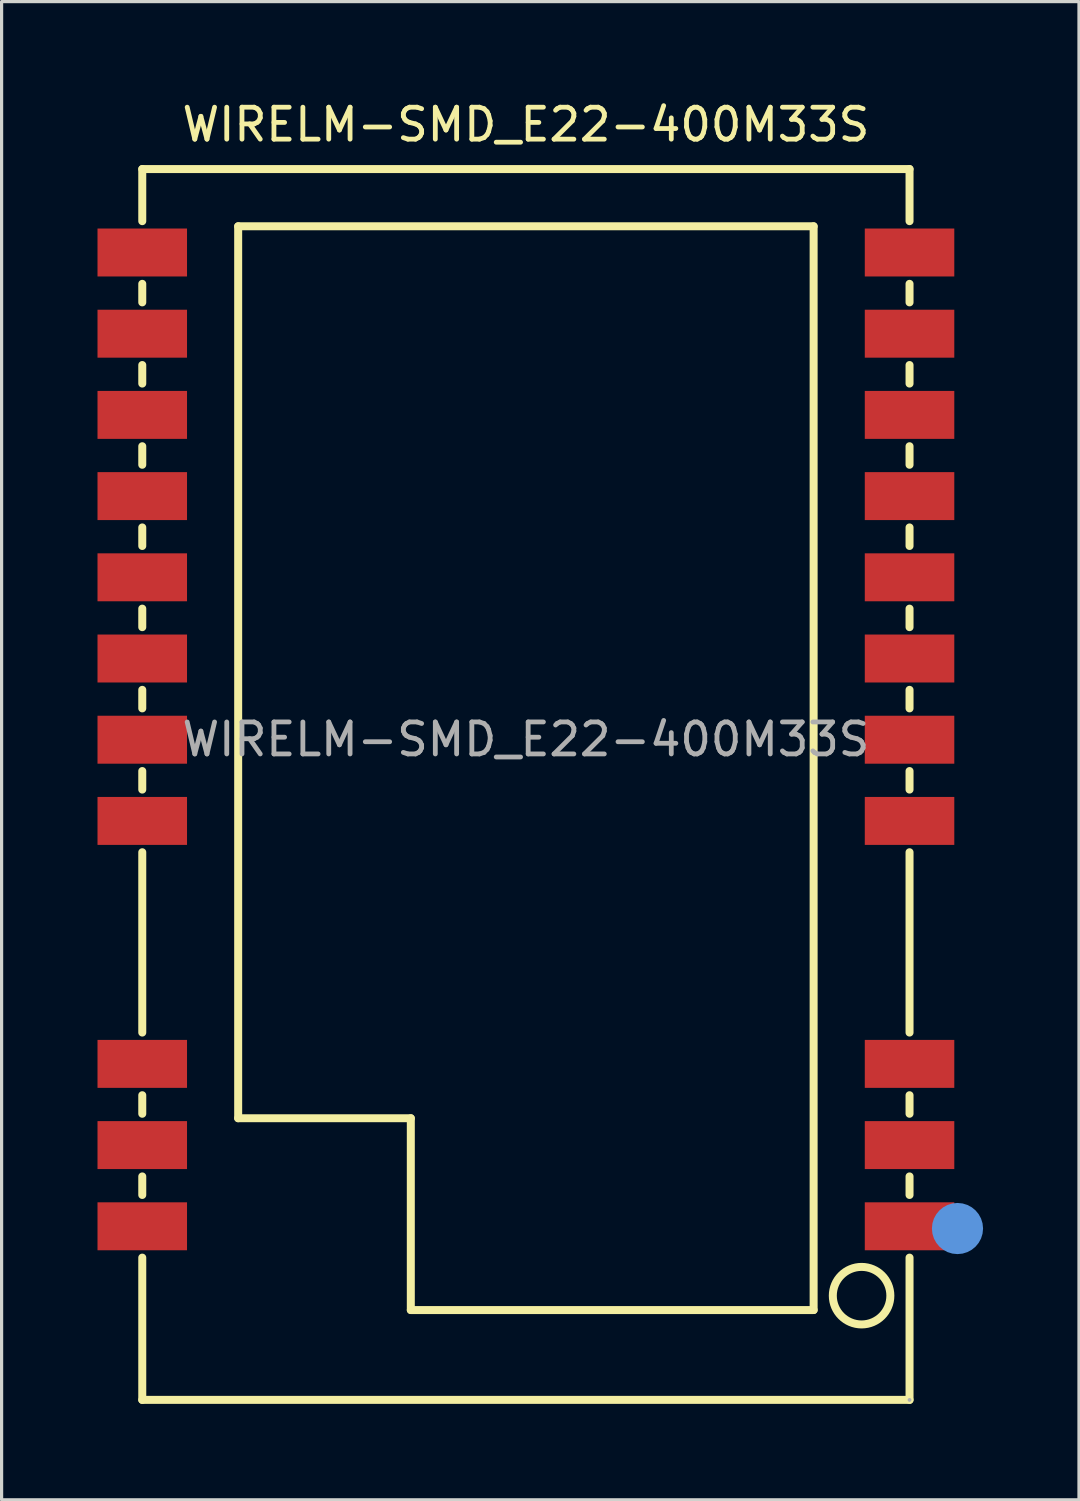
<source format=kicad_pcb>
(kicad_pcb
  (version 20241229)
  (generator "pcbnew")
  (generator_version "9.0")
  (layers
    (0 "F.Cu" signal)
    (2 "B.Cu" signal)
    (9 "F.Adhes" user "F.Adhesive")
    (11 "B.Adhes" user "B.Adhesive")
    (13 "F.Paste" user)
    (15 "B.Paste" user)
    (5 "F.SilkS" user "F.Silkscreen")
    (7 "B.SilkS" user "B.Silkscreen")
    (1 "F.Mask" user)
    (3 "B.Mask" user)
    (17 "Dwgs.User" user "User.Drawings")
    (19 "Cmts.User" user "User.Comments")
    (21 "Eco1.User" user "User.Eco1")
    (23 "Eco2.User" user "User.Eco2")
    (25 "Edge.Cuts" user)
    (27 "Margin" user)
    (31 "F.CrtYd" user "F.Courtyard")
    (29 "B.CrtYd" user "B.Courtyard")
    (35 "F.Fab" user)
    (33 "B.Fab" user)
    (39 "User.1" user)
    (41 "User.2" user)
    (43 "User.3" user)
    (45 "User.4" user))
  (footprint "WIRELM-SMD_E22-400M33S"
    (layer "F.Cu")
    (at 13.4 20.078)
    (property "Reference" "WIRELM-SMD_E22-400M33S" (at 0 -19.23 0) (layer "F.SilkS") (effects (font (size 1 1) (thickness 0.15))))
    (attr through_hole)
    (fp_line (start -12 -17.84) (end -12 -16.21) (stroke (width 0.25) (type solid)) (layer "F.SilkS"))
    (fp_line (start -12 -17.84) (end 12 -17.84) (stroke (width 0.25) (type solid)) (layer "F.SilkS"))
    (fp_line (start -12 -14.25) (end -12 -13.67) (stroke (width 0.25) (type solid)) (layer "F.SilkS"))
    (fp_line (start -12 -11.71) (end -12 -11.13) (stroke (width 0.25) (type solid)) (layer "F.SilkS"))
    (fp_line (start -12 -9.17) (end -12 -8.59) (stroke (width 0.25) (type solid)) (layer "F.SilkS"))
    (fp_line (start -12 -6.63) (end -12 -6.05) (stroke (width 0.25) (type solid)) (layer "F.SilkS"))
    (fp_line (start -12 -4.09) (end -12 -3.51) (stroke (width 0.25) (type solid)) (layer "F.SilkS"))
    (fp_line (start -12 -1.55) (end -12 -0.97) (stroke (width 0.25) (type solid)) (layer "F.SilkS"))
    (fp_line (start -12 0.99) (end -12 1.57) (stroke (width 0.25) (type solid)) (layer "F.SilkS"))
    (fp_line (start -12 3.53) (end -12 9.17) (stroke (width 0.25) (type solid)) (layer "F.SilkS"))
    (fp_line (start -12 11.13) (end -12 11.71) (stroke (width 0.25) (type solid)) (layer "F.SilkS"))
    (fp_line (start -12 13.67) (end -12 14.25) (stroke (width 0.25) (type solid)) (layer "F.SilkS"))
    (fp_line (start -12 16.21) (end -12 20.66) (stroke (width 0.25) (type solid)) (layer "F.SilkS"))
    (fp_line (start -12 20.66) (end 12 20.66) (stroke (width 0.25) (type solid)) (layer "F.SilkS"))
    (fp_line (start -9 -16.05) (end 9 -16.05) (stroke (width 0.25) (type solid)) (layer "F.SilkS"))
    (fp_line (start -9 11.85) (end -9 -16.05) (stroke (width 0.25) (type solid)) (layer "F.SilkS"))
    (fp_line (start -3.6 11.85) (end -9 11.85) (stroke (width 0.25) (type solid)) (layer "F.SilkS"))
    (fp_line (start -3.6 17.85) (end -3.6 11.85) (stroke (width 0.25) (type solid)) (layer "F.SilkS"))
    (fp_line (start 9 -16.05) (end 9 17.85) (stroke (width 0.25) (type solid)) (layer "F.SilkS"))
    (fp_line (start 9 17.85) (end -3.6 17.85) (stroke (width 0.25) (type solid)) (layer "F.SilkS"))
    (fp_line (start 12 -17.84) (end 12 -16.21) (stroke (width 0.25) (type solid)) (layer "F.SilkS"))
    (fp_line (start 12 -14.25) (end 12 -13.67) (stroke (width 0.25) (type solid)) (layer "F.SilkS"))
    (fp_line (start 12 -11.71) (end 12 -11.13) (stroke (width 0.25) (type solid)) (layer "F.SilkS"))
    (fp_line (start 12 -9.17) (end 12 -8.59) (stroke (width 0.25) (type solid)) (layer "F.SilkS"))
    (fp_line (start 12 -6.63) (end 12 -6.05) (stroke (width 0.25) (type solid)) (layer "F.SilkS"))
    (fp_line (start 12 -4.09) (end 12 -3.51) (stroke (width 0.25) (type solid)) (layer "F.SilkS"))
    (fp_line (start 12 -1.55) (end 12 -0.97) (stroke (width 0.25) (type solid)) (layer "F.SilkS"))
    (fp_line (start 12 0.99) (end 12 1.57) (stroke (width 0.25) (type solid)) (layer "F.SilkS"))
    (fp_line (start 12 3.53) (end 12 9.17) (stroke (width 0.25) (type solid)) (layer "F.SilkS"))
    (fp_line (start 12 11.13) (end 12 11.71) (stroke (width 0.25) (type solid)) (layer "F.SilkS"))
    (fp_line (start 12 13.67) (end 12 14.25) (stroke (width 0.25) (type solid)) (layer "F.SilkS"))
    (fp_line (start 12 16.21) (end 12 20.66) (stroke (width 0.25) (type solid)) (layer "F.SilkS"))
    (fp_circle (center 10.5 17.4) (end 11.4 17.4) (stroke (width 0.25) (type solid)) (fill no) (layer "F.SilkS"))
    (fp_circle (center 13.5 15.3) (end 13.9 15.3) (stroke (width 0.8) (type solid)) (fill no) (layer "Cmts.User"))
    (fp_circle (center 12 20.66) (end 12.03 20.66) (stroke (width 0.06) (type solid)) (fill no) (layer "F.Fab"))
    (fp_text user "${REFERENCE}" (at 0 0 0) (layer "F.Fab") (effects (font (size 1 1) (thickness 0.15))))
    (pad "1" smd rect (at 12 15.23) (size 2.8 1.5) (layers "F.Cu" "F.Mask" "F.Paste"))
    (pad "2" smd rect (at 12 12.69) (size 2.8 1.5) (layers "F.Cu" "F.Mask" "F.Paste"))
    (pad "3" smd rect (at 12 10.15) (size 2.8 1.5) (layers "F.Cu" "F.Mask" "F.Paste"))
    (pad "4" smd rect (at 12 2.55) (size 2.8 1.5) (layers "F.Cu" "F.Mask" "F.Paste"))
    (pad "5" smd rect (at 12 0.01) (size 2.8 1.5) (layers "F.Cu" "F.Mask" "F.Paste"))
    (pad "6" smd rect (at 12 -2.53) (size 2.8 1.5) (layers "F.Cu" "F.Mask" "F.Paste"))
    (pad "7" smd rect (at 12 -5.07) (size 2.8 1.5) (layers "F.Cu" "F.Mask" "F.Paste"))
    (pad "8" smd rect (at 12 -7.61) (size 2.8 1.5) (layers "F.Cu" "F.Mask" "F.Paste"))
    (pad "9" smd rect (at 12 -10.15) (size 2.8 1.5) (layers "F.Cu" "F.Mask" "F.Paste"))
    (pad "10" smd rect (at 12 -12.69) (size 2.8 1.5) (layers "F.Cu" "F.Mask" "F.Paste"))
    (pad "11" smd rect (at 12 -15.23) (size 2.8 1.5) (layers "F.Cu" "F.Mask" "F.Paste"))
    (pad "12" smd rect (at -12 -15.23) (size 2.8 1.5) (layers "F.Cu" "F.Mask" "F.Paste"))
    (pad "13" smd rect (at -12 -12.69) (size 2.8 1.5) (layers "F.Cu" "F.Mask" "F.Paste"))
    (pad "14" smd rect (at -12 -10.15) (size 2.8 1.5) (layers "F.Cu" "F.Mask" "F.Paste"))
    (pad "15" smd rect (at -12 -7.61) (size 2.8 1.5) (layers "F.Cu" "F.Mask" "F.Paste"))
    (pad "16" smd rect (at -12 -5.07) (size 2.8 1.5) (layers "F.Cu" "F.Mask" "F.Paste"))
    (pad "17" smd rect (at -12 -2.53) (size 2.8 1.5) (layers "F.Cu" "F.Mask" "F.Paste"))
    (pad "18" smd rect (at -12 0.01) (size 2.8 1.5) (layers "F.Cu" "F.Mask" "F.Paste"))
    (pad "19" smd rect (at -12 2.55) (size 2.8 1.5) (layers "F.Cu" "F.Mask" "F.Paste"))
    (pad "20" smd rect (at -12 10.15) (size 2.8 1.5) (layers "F.Cu" "F.Mask" "F.Paste"))
    (pad "21" smd rect (at -12 12.69) (size 2.8 1.5) (layers "F.Cu" "F.Mask" "F.Paste"))
    (pad "22" smd rect (at -12 15.23) (size 2.8 1.5) (layers "F.Cu" "F.Mask" "F.Paste")))
  (gr_rect
    (start -3 -3)
    (end 30.7 43.863)
    (stroke (width 0.1) (type default))
    (fill no)
    (layer "Edge.Cuts")))
</source>
